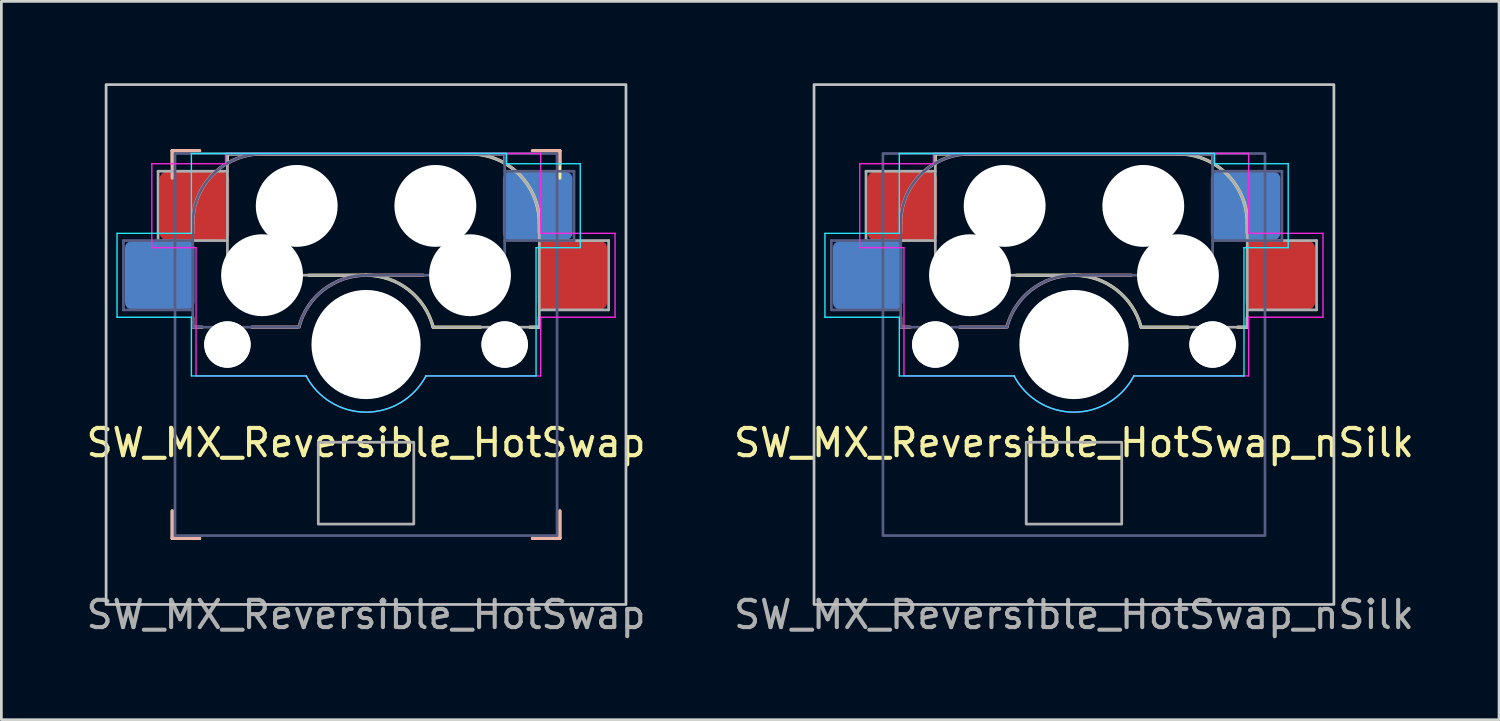
<source format=kicad_pcb>
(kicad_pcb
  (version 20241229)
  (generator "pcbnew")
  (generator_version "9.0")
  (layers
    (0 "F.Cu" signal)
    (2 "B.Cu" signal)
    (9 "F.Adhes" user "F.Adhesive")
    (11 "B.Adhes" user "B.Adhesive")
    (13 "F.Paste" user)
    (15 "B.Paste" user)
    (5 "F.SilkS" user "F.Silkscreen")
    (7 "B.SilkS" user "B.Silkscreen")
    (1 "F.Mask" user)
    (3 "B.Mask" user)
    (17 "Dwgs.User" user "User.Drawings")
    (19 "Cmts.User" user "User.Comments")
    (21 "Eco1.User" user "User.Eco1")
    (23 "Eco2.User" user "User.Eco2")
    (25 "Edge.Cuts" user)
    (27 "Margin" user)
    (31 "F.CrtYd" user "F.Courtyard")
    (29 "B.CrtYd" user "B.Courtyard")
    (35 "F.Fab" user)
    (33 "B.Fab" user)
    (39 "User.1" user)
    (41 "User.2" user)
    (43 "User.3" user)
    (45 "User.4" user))
  (footprint "SW_MX_Reversible_HotSwap_nSilk"
    (layer "F.Cu")
    (at 36.304 9.575)
    (property "Reference" "SW_MX_Reversible_HotSwap_nSilk" (at 0 3.6 180) (layer "F.SilkS") (effects (font (size 1 1) (thickness 0.15))))
    (attr smd)
    (fp_line (start -5.08 -6.985) (end -5.08 -6.63) (stroke (width 0.12) (type solid)) (layer "F.SilkS"))
    (fp_line (start -2.1 -2.54) (end 0.000001 -2.54) (stroke (width 0.12) (type solid)) (layer "F.SilkS"))
    (fp_line (start 2.464 -0.635) (end 4.191 -0.635) (stroke (width 0.12) (type solid)) (layer "F.SilkS"))
    (fp_line (start 3.81 -6.985) (end -5.08 -6.985) (stroke (width 0.12) (type solid)) (layer "F.SilkS"))
    (fp_line (start 6 -0.635) (end 6.35 -0.635) (stroke (width 0.12) (type solid)) (layer "F.SilkS"))
    (fp_line (start 6.35 -4.445) (end 6.35 -4.09) (stroke (width 0.12) (type solid)) (layer "F.SilkS"))
    (fp_line (start 6.35 -0.99) (end 6.35 -0.635) (stroke (width 0.12) (type solid)) (layer "F.SilkS"))
    (fp_arc (start 0.000001 -2.540002) (mid 1.555902 -2.00768) (end 2.459646 -0.633838) (stroke (width 0.12) (type default)) (layer "F.SilkS"))
    (fp_arc (start 3.810001 -6.985002) (mid 5.606052 -6.241053) (end 6.350001 -4.445002) (stroke (width 0.12) (type solid)) (layer "F.SilkS"))
    (fp_line (start -6.35 -4.445) (end -6.35 -4.09) (stroke (width 0.12) (type solid)) (layer "B.SilkS"))
    (fp_line (start -6.35 -0.99) (end -6.35 -0.635) (stroke (width 0.12) (type solid)) (layer "B.SilkS"))
    (fp_line (start -6 -0.635) (end -6.35 -0.635) (stroke (width 0.12) (type solid)) (layer "B.SilkS"))
    (fp_line (start -3.81 -6.985) (end 5.08 -6.985) (stroke (width 0.12) (type solid)) (layer "B.SilkS"))
    (fp_line (start -2.464 -0.635) (end -4.191 -0.635) (stroke (width 0.12) (type solid)) (layer "B.SilkS"))
    (fp_line (start 2.1 -2.54) (end -0.000001 -2.54) (stroke (width 0.12) (type solid)) (layer "B.SilkS"))
    (fp_line (start 5.08 -6.985) (end 5.08 -6.63) (stroke (width 0.12) (type solid)) (layer "B.SilkS"))
    (fp_arc (start -6.350001 -4.445002) (mid -5.606052 -6.241053) (end -3.810001 -6.985002) (stroke (width 0.12) (type solid)) (layer "B.SilkS"))
    (fp_arc (start -2.459646 -0.633838) (mid -1.555902 -2.00768) (end -0.000001 -2.540002) (stroke (width 0.12) (type default)) (layer "B.SilkS"))
    (fp_rect (start -9.525 -9.525) (end 9.525 9.525) (stroke (width 0.1) (type default)) (fill no) (layer "Dwgs.User"))
    (fp_line (start -9.125 -4.075) (end -6.4 -4.075) (stroke (width 0.05) (type default)) (layer "B.CrtYd"))
    (fp_line (start -9.125 -1) (end -9.125 -4.075) (stroke (width 0.05) (type default)) (layer "B.CrtYd"))
    (fp_line (start -6.4 -4.075) (end -6.4 -7) (stroke (width 0.05) (type default)) (layer "B.CrtYd"))
    (fp_line (start -6.4 -1) (end -9.125 -1) (stroke (width 0.05) (type default)) (layer "B.CrtYd"))
    (fp_line (start -6.4 1.15) (end -6.4 -1) (stroke (width 0.05) (type default)) (layer "B.CrtYd"))
    (fp_line (start -2.195 1.15) (end -6.4 1.15) (stroke (width 0.05) (type default)) (layer "B.CrtYd"))
    (fp_line (start 5.15 -7) (end -6.4 -7) (stroke (width 0.05) (type default)) (layer "B.CrtYd"))
    (fp_line (start 5.15 -6.625) (end 5.15 -7) (stroke (width 0.05) (type default)) (layer "B.CrtYd"))
    (fp_line (start 6.23 -3.55) (end 7.85 -3.55) (stroke (width 0.05) (type default)) (layer "B.CrtYd"))
    (fp_line (start 6.23 1.15) (end 2.195 1.15) (stroke (width 0.05) (type default)) (layer "B.CrtYd"))
    (fp_line (start 6.23 1.15) (end 6.23 -3.55) (stroke (width 0.05) (type default)) (layer "B.CrtYd"))
    (fp_line (start 7.85 -6.625) (end 5.15 -6.625) (stroke (width 0.05) (type default)) (layer "B.CrtYd"))
    (fp_line (start 7.85 -3.55) (end 7.85 -6.625) (stroke (width 0.05) (type default)) (layer "B.CrtYd"))
    (fp_arc (start 2.194999 1.150001) (mid -0.000001 2.478008) (end -2.195 1.149999) (stroke (width 0.05) (type default)) (layer "B.CrtYd"))
    (fp_line (start -7.85 -6.625) (end -5.15 -6.625) (stroke (width 0.05) (type default)) (layer "F.CrtYd"))
    (fp_line (start -7.85 -3.55) (end -7.85 -6.625) (stroke (width 0.05) (type default)) (layer "F.CrtYd"))
    (fp_line (start -6.23 -3.55) (end -7.85 -3.55) (stroke (width 0.05) (type default)) (layer "F.CrtYd"))
    (fp_line (start -6.23 1.15) (end -6.23 -3.55) (stroke (width 0.05) (type default)) (layer "F.CrtYd"))
    (fp_line (start -6.23 1.15) (end -2.195 1.15) (stroke (width 0.05) (type default)) (layer "F.CrtYd"))
    (fp_line (start -5.15 -7) (end 6.4 -7) (stroke (width 0.05) (type default)) (layer "F.CrtYd"))
    (fp_line (start -5.15 -6.625) (end -5.15 -7) (stroke (width 0.05) (type default)) (layer "F.CrtYd"))
    (fp_line (start 2.195 1.15) (end 6.4 1.15) (stroke (width 0.05) (type default)) (layer "F.CrtYd"))
    (fp_line (start 6.4 -4.075) (end 6.4 -7) (stroke (width 0.05) (type default)) (layer "F.CrtYd"))
    (fp_line (start 6.4 -1) (end 9.125 -1) (stroke (width 0.05) (type default)) (layer "F.CrtYd"))
    (fp_line (start 6.4 1.15) (end 6.4 -1) (stroke (width 0.05) (type default)) (layer "F.CrtYd"))
    (fp_line (start 9.125 -4.075) (end 6.4 -4.075) (stroke (width 0.05) (type default)) (layer "F.CrtYd"))
    (fp_line (start 9.125 -1) (end 9.125 -4.075) (stroke (width 0.05) (type default)) (layer "F.CrtYd"))
    (fp_arc (start 2.195 1.149999) (mid 0.000001 2.478008) (end -2.194999 1.150001) (stroke (width 0.05) (type default)) (layer "F.CrtYd"))
    (fp_line (start -8.89 -3.81) (end -6.35 -3.81) (stroke (width 0.1) (type solid)) (layer "B.Fab"))
    (fp_line (start -8.89 -1.27) (end -8.89 -3.81) (stroke (width 0.1) (type solid)) (layer "B.Fab"))
    (fp_line (start -6.35 -1.27) (end -8.89 -1.27) (stroke (width 0.1) (type solid)) (layer "B.Fab"))
    (fp_line (start -6.35 -0.635) (end -6.35 -4.445) (stroke (width 0.1) (type solid)) (layer "B.Fab"))
    (fp_line (start -6.35 -0.635) (end -2.54 -0.635) (stroke (width 0.1) (type solid)) (layer "B.Fab"))
    (fp_line (start -3.81 -6.985) (end 5.08 -6.985) (stroke (width 0.1) (type solid)) (layer "B.Fab"))
    (fp_line (start 5.08 -6.985) (end 5.08 -2.54) (stroke (width 0.1) (type solid)) (layer "B.Fab"))
    (fp_line (start 5.08 -6.35) (end 7.62 -6.35) (stroke (width 0.1) (type solid)) (layer "B.Fab"))
    (fp_line (start 5.08 -2.54) (end -0.000001 -2.54) (stroke (width 0.1) (type solid)) (layer "B.Fab"))
    (fp_line (start 7.62 -6.35) (end 7.62 -3.81) (stroke (width 0.1) (type solid)) (layer "B.Fab"))
    (fp_line (start 7.62 -3.81) (end 5.08 -3.81) (stroke (width 0.1) (type solid)) (layer "B.Fab"))
    (fp_rect (start -7 -7) (end 7 7) (stroke (width 0.1) (type default)) (fill no) (layer "B.Fab"))
    (fp_arc (start -6.350001 -4.445002) (mid -5.606052 -6.241053) (end -3.810001 -6.985002) (stroke (width 0.1) (type solid)) (layer "B.Fab"))
    (fp_arc (start -2.464163 -0.616042) (mid -1.563148 -2.002044) (end -0.000001 -2.540002) (stroke (width 0.1) (type solid)) (layer "B.Fab"))
    (fp_line (start -7.62 -6.35) (end -7.62 -3.81) (stroke (width 0.1) (type solid)) (layer "F.Fab"))
    (fp_line (start -7.62 -3.81) (end -5.08 -3.81) (stroke (width 0.1) (type solid)) (layer "F.Fab"))
    (fp_line (start -5.08 -6.985) (end -5.08 -2.54) (stroke (width 0.1) (type solid)) (layer "F.Fab"))
    (fp_line (start -5.08 -6.35) (end -7.62 -6.35) (stroke (width 0.1) (type solid)) (layer "F.Fab"))
    (fp_line (start -5.08 -2.54) (end 0 -2.54) (stroke (width 0.1) (type solid)) (layer "F.Fab"))
    (fp_line (start 3.81 -6.985) (end -5.08 -6.985) (stroke (width 0.1) (type solid)) (layer "F.Fab"))
    (fp_line (start 6.35 -1.27) (end 8.89 -1.27) (stroke (width 0.1) (type solid)) (layer "F.Fab"))
    (fp_line (start 6.35 -0.635) (end 2.54 -0.635) (stroke (width 0.1) (type solid)) (layer "F.Fab"))
    (fp_line (start 6.35 -0.635) (end 6.35 -4.445) (stroke (width 0.1) (type solid)) (layer "F.Fab"))
    (fp_line (start 8.89 -3.81) (end 6.35 -3.81) (stroke (width 0.1) (type solid)) (layer "F.Fab"))
    (fp_line (start 8.89 -1.27) (end 8.89 -3.81) (stroke (width 0.1) (type solid)) (layer "F.Fab"))
    (fp_rect (start -1.75 3.58) (end 1.75 6.58) (stroke (width 0.1) (type default)) (fill no) (layer "F.Fab"))
    (fp_arc (start 0 -2.54) (mid 1.563147 -2.002042) (end 2.464162 -0.61604) (stroke (width 0.1) (type solid)) (layer "F.Fab"))
    (fp_arc (start 3.81 -6.985) (mid 5.606051 -6.241051) (end 6.35 -4.445) (stroke (width 0.1) (type solid)) (layer "F.Fab"))
    (fp_text user "${REFERENCE}" (at 0 9.9 0) (layer "F.Fab") (effects (font (size 1 1) (thickness 0.15))))
    (pad "" np_thru_hole circle (at -5.08 -0.000002) (size 1.7 1.7) (drill 1.7) (layers "*.Cu" "*.Mask"))
    (pad "" np_thru_hole circle (at -5.08 0 180) (size 1.7 1.7) (drill 1.7) (layers "*.Cu" "*.Mask"))
    (pad "" np_thru_hole circle (at -3.81 -2.54 180) (size 3 3) (drill 3) (layers "*.Cu" "*.Mask"))
    (pad "" np_thru_hole circle (at -2.54 -5.08) (size 3 3) (drill 3) (layers "*.Cu" "*.Mask"))
    (pad "" np_thru_hole circle (at 0 0) (size 4 4) (drill 4) (layers "*.Cu" "*.Mask"))
    (pad "" np_thru_hole circle (at 2.54 -5.08 180) (size 3 3) (drill 3) (layers "*.Cu" "*.Mask"))
    (pad "" np_thru_hole circle (at 3.81 -2.54) (size 3 3) (drill 3) (layers "*.Cu" "*.Mask"))
    (pad "" np_thru_hole circle (at 5.08 -0.000002) (size 1.7 1.7) (drill 1.7) (layers "*.Cu" "*.Mask"))
    (pad "" np_thru_hole circle (at 5.08 0 180) (size 1.7 1.7) (drill 1.7) (layers "*.Cu" "*.Mask"))
    (pad "1" smd roundrect (at -7.56 -2.54 180) (size 2.55 2.5) (layers "B.Cu" "B.Mask" "B.Paste") (roundrect_rratio 0.1))
    (pad "1" smd roundrect (at 7.56 -2.54) (size 2.55 2.5) (layers "F.Cu" "F.Mask" "F.Paste") (roundrect_rratio 0.1))
    (pad "2" smd roundrect (at -6.29 -5.08) (size 2.55 2.5) (layers "F.Cu" "F.Mask" "F.Paste") (roundrect_rratio 0.1))
    (pad "2" smd roundrect (at 6.29 -5.08 180) (size 2.55 2.5) (layers "B.Cu" "B.Mask" "B.Paste") (roundrect_rratio 0.1)))
  (footprint "SW_MX_Reversible_HotSwap"
    (layer "F.Cu")
    (at 10.363 9.575)
    (property "Reference" "SW_MX_Reversible_HotSwap" (at 0 3.6 180) (layer "F.SilkS") (effects (font (size 1 1) (thickness 0.15))))
    (attr smd)
    (fp_line (start -7.1 -7.1) (end -7.1 -6.6) (stroke (width 0.12) (type solid)) (layer "F.SilkS"))
    (fp_line (start -7.1 6.1) (end -7.1 7.1) (stroke (width 0.12) (type solid)) (layer "F.SilkS"))
    (fp_line (start -7.1 7.1) (end -6.1 7.1) (stroke (width 0.12) (type solid)) (layer "F.SilkS"))
    (fp_line (start -6.1 -7.1) (end -7.1 -7.1) (stroke (width 0.12) (type solid)) (layer "F.SilkS"))
    (fp_line (start -5.08 -6.985) (end -5.08 -6.63) (stroke (width 0.12) (type solid)) (layer "F.SilkS"))
    (fp_line (start -2.1 -2.54) (end 0.000001 -2.54) (stroke (width 0.12) (type solid)) (layer "F.SilkS"))
    (fp_line (start 2.464 -0.635) (end 4.191 -0.635) (stroke (width 0.12) (type solid)) (layer "F.SilkS"))
    (fp_line (start 3.81 -6.985) (end -5.08 -6.985) (stroke (width 0.12) (type solid)) (layer "F.SilkS"))
    (fp_line (start 6 -0.635) (end 6.35 -0.635) (stroke (width 0.12) (type solid)) (layer "F.SilkS"))
    (fp_line (start 6.1 7.1) (end 7.1 7.1) (stroke (width 0.12) (type solid)) (layer "F.SilkS"))
    (fp_line (start 6.35 -4.445) (end 6.35 -4.09) (stroke (width 0.12) (type solid)) (layer "F.SilkS"))
    (fp_line (start 6.35 -0.99) (end 6.35 -0.635) (stroke (width 0.12) (type solid)) (layer "F.SilkS"))
    (fp_line (start 7.1 -7.1) (end 6.1 -7.1) (stroke (width 0.12) (type solid)) (layer "F.SilkS"))
    (fp_line (start 7.1 -7.1) (end 7.1 -6.1) (stroke (width 0.12) (type solid)) (layer "F.SilkS"))
    (fp_line (start 7.1 7.1) (end 7.1 6.1) (stroke (width 0.12) (type solid)) (layer "F.SilkS"))
    (fp_arc (start 0.000001 -2.540002) (mid 1.555902 -2.00768) (end 2.459646 -0.633838) (stroke (width 0.12) (type default)) (layer "F.SilkS"))
    (fp_arc (start 3.810001 -6.985002) (mid 5.606052 -6.241053) (end 6.350001 -4.445002) (stroke (width 0.12) (type solid)) (layer "F.SilkS"))
    (fp_line (start -7.1 -7.1) (end -7.1 -6.1) (stroke (width 0.12) (type solid)) (layer "B.SilkS"))
    (fp_line (start -7.1 -7.1) (end -6.1 -7.1) (stroke (width 0.12) (type solid)) (layer "B.SilkS"))
    (fp_line (start -7.1 7.1) (end -7.1 6.1) (stroke (width 0.12) (type solid)) (layer "B.SilkS"))
    (fp_line (start -6.35 -4.445) (end -6.35 -4.09) (stroke (width 0.12) (type solid)) (layer "B.SilkS"))
    (fp_line (start -6.35 -0.99) (end -6.35 -0.635) (stroke (width 0.12) (type solid)) (layer "B.SilkS"))
    (fp_line (start -6.1 7.1) (end -7.1 7.1) (stroke (width 0.12) (type solid)) (layer "B.SilkS"))
    (fp_line (start -6 -0.635) (end -6.35 -0.635) (stroke (width 0.12) (type solid)) (layer "B.SilkS"))
    (fp_line (start -3.81 -6.985) (end 5.08 -6.985) (stroke (width 0.12) (type solid)) (layer "B.SilkS"))
    (fp_line (start -2.464 -0.635) (end -4.191 -0.635) (stroke (width 0.12) (type solid)) (layer "B.SilkS"))
    (fp_line (start 2.1 -2.54) (end -0.000001 -2.54) (stroke (width 0.12) (type solid)) (layer "B.SilkS"))
    (fp_line (start 5.08 -6.985) (end 5.08 -6.63) (stroke (width 0.12) (type solid)) (layer "B.SilkS"))
    (fp_line (start 6.1 -7.1) (end 7.1 -7.1) (stroke (width 0.12) (type solid)) (layer "B.SilkS"))
    (fp_line (start 7.1 -7.1) (end 7.1 -6.6) (stroke (width 0.12) (type solid)) (layer "B.SilkS"))
    (fp_line (start 7.1 6.1) (end 7.1 7.1) (stroke (width 0.12) (type solid)) (layer "B.SilkS"))
    (fp_line (start 7.1 7.1) (end 6.1 7.1) (stroke (width 0.12) (type solid)) (layer "B.SilkS"))
    (fp_arc (start -6.350001 -4.445002) (mid -5.606052 -6.241053) (end -3.810001 -6.985002) (stroke (width 0.12) (type solid)) (layer "B.SilkS"))
    (fp_arc (start -2.459646 -0.633838) (mid -1.555902 -2.00768) (end -0.000001 -2.540002) (stroke (width 0.12) (type default)) (layer "B.SilkS"))
    (fp_rect (start -9.525 -9.525) (end 9.525 9.525) (stroke (width 0.1) (type default)) (fill no) (layer "Dwgs.User"))
    (fp_line (start -9.125 -4.075) (end -6.4 -4.075) (stroke (width 0.05) (type default)) (layer "B.CrtYd"))
    (fp_line (start -9.125 -1) (end -9.125 -4.075) (stroke (width 0.05) (type default)) (layer "B.CrtYd"))
    (fp_line (start -6.4 -4.075) (end -6.4 -7) (stroke (width 0.05) (type default)) (layer "B.CrtYd"))
    (fp_line (start -6.4 -1) (end -9.125 -1) (stroke (width 0.05) (type default)) (layer "B.CrtYd"))
    (fp_line (start -6.4 1.15) (end -6.4 -1) (stroke (width 0.05) (type default)) (layer "B.CrtYd"))
    (fp_line (start -2.195 1.15) (end -6.4 1.15) (stroke (width 0.05) (type default)) (layer "B.CrtYd"))
    (fp_line (start 5.15 -7) (end -6.4 -7) (stroke (width 0.05) (type default)) (layer "B.CrtYd"))
    (fp_line (start 5.15 -6.625) (end 5.15 -7) (stroke (width 0.05) (type default)) (layer "B.CrtYd"))
    (fp_line (start 6.23 -3.55) (end 7.85 -3.55) (stroke (width 0.05) (type default)) (layer "B.CrtYd"))
    (fp_line (start 6.23 1.15) (end 2.195 1.15) (stroke (width 0.05) (type default)) (layer "B.CrtYd"))
    (fp_line (start 6.23 1.15) (end 6.23 -3.55) (stroke (width 0.05) (type default)) (layer "B.CrtYd"))
    (fp_line (start 7.85 -6.625) (end 5.15 -6.625) (stroke (width 0.05) (type default)) (layer "B.CrtYd"))
    (fp_line (start 7.85 -3.55) (end 7.85 -6.625) (stroke (width 0.05) (type default)) (layer "B.CrtYd"))
    (fp_arc (start 2.194999 1.150001) (mid -0.000001 2.478008) (end -2.195 1.149999) (stroke (width 0.05) (type default)) (layer "B.CrtYd"))
    (fp_line (start -7.85 -6.625) (end -5.15 -6.625) (stroke (width 0.05) (type default)) (layer "F.CrtYd"))
    (fp_line (start -7.85 -3.55) (end -7.85 -6.625) (stroke (width 0.05) (type default)) (layer "F.CrtYd"))
    (fp_line (start -6.23 -3.55) (end -7.85 -3.55) (stroke (width 0.05) (type default)) (layer "F.CrtYd"))
    (fp_line (start -6.23 1.15) (end -6.23 -3.55) (stroke (width 0.05) (type default)) (layer "F.CrtYd"))
    (fp_line (start -6.23 1.15) (end -2.195 1.15) (stroke (width 0.05) (type default)) (layer "F.CrtYd"))
    (fp_line (start -5.15 -7) (end 6.4 -7) (stroke (width 0.05) (type default)) (layer "F.CrtYd"))
    (fp_line (start -5.15 -6.625) (end -5.15 -7) (stroke (width 0.05) (type default)) (layer "F.CrtYd"))
    (fp_line (start 2.195 1.15) (end 6.4 1.15) (stroke (width 0.05) (type default)) (layer "F.CrtYd"))
    (fp_line (start 6.4 -4.075) (end 6.4 -7) (stroke (width 0.05) (type default)) (layer "F.CrtYd"))
    (fp_line (start 6.4 -1) (end 9.125 -1) (stroke (width 0.05) (type default)) (layer "F.CrtYd"))
    (fp_line (start 6.4 1.15) (end 6.4 -1) (stroke (width 0.05) (type default)) (layer "F.CrtYd"))
    (fp_line (start 9.125 -4.075) (end 6.4 -4.075) (stroke (width 0.05) (type default)) (layer "F.CrtYd"))
    (fp_line (start 9.125 -1) (end 9.125 -4.075) (stroke (width 0.05) (type default)) (layer "F.CrtYd"))
    (fp_arc (start 2.195 1.149999) (mid 0.000001 2.478008) (end -2.194999 1.150001) (stroke (width 0.05) (type default)) (layer "F.CrtYd"))
    (fp_line (start -8.89 -3.81) (end -6.35 -3.81) (stroke (width 0.1) (type solid)) (layer "B.Fab"))
    (fp_line (start -8.89 -1.27) (end -8.89 -3.81) (stroke (width 0.1) (type solid)) (layer "B.Fab"))
    (fp_line (start -6.35 -1.27) (end -8.89 -1.27) (stroke (width 0.1) (type solid)) (layer "B.Fab"))
    (fp_line (start -6.35 -0.635) (end -6.35 -4.445) (stroke (width 0.1) (type solid)) (layer "B.Fab"))
    (fp_line (start -6.35 -0.635) (end -2.54 -0.635) (stroke (width 0.1) (type solid)) (layer "B.Fab"))
    (fp_line (start -3.81 -6.985) (end 5.08 -6.985) (stroke (width 0.1) (type solid)) (layer "B.Fab"))
    (fp_line (start 5.08 -6.985) (end 5.08 -2.54) (stroke (width 0.1) (type solid)) (layer "B.Fab"))
    (fp_line (start 5.08 -6.35) (end 7.62 -6.35) (stroke (width 0.1) (type solid)) (layer "B.Fab"))
    (fp_line (start 5.08 -2.54) (end -0.000001 -2.54) (stroke (width 0.1) (type solid)) (layer "B.Fab"))
    (fp_line (start 7.62 -6.35) (end 7.62 -3.81) (stroke (width 0.1) (type solid)) (layer "B.Fab"))
    (fp_line (start 7.62 -3.81) (end 5.08 -3.81) (stroke (width 0.1) (type solid)) (layer "B.Fab"))
    (fp_rect (start -7 -7) (end 7 7) (stroke (width 0.1) (type default)) (fill no) (layer "B.Fab"))
    (fp_arc (start -6.350001 -4.445002) (mid -5.606052 -6.241053) (end -3.810001 -6.985002) (stroke (width 0.1) (type solid)) (layer "B.Fab"))
    (fp_arc (start -2.464163 -0.616042) (mid -1.563148 -2.002044) (end -0.000001 -2.540002) (stroke (width 0.1) (type solid)) (layer "B.Fab"))
    (fp_line (start -7.62 -6.35) (end -7.62 -3.81) (stroke (width 0.1) (type solid)) (layer "F.Fab"))
    (fp_line (start -7.62 -3.81) (end -5.08 -3.81) (stroke (width 0.1) (type solid)) (layer "F.Fab"))
    (fp_line (start -5.08 -6.985) (end -5.08 -2.54) (stroke (width 0.1) (type solid)) (layer "F.Fab"))
    (fp_line (start -5.08 -6.35) (end -7.62 -6.35) (stroke (width 0.1) (type solid)) (layer "F.Fab"))
    (fp_line (start -5.08 -2.54) (end 0 -2.54) (stroke (width 0.1) (type solid)) (layer "F.Fab"))
    (fp_line (start 3.81 -6.985) (end -5.08 -6.985) (stroke (width 0.1) (type solid)) (layer "F.Fab"))
    (fp_line (start 6.35 -1.27) (end 8.89 -1.27) (stroke (width 0.1) (type solid)) (layer "F.Fab"))
    (fp_line (start 6.35 -0.635) (end 2.54 -0.635) (stroke (width 0.1) (type solid)) (layer "F.Fab"))
    (fp_line (start 6.35 -0.635) (end 6.35 -4.445) (stroke (width 0.1) (type solid)) (layer "F.Fab"))
    (fp_line (start 8.89 -3.81) (end 6.35 -3.81) (stroke (width 0.1) (type solid)) (layer "F.Fab"))
    (fp_line (start 8.89 -1.27) (end 8.89 -3.81) (stroke (width 0.1) (type solid)) (layer "F.Fab"))
    (fp_rect (start -1.75 3.58) (end 1.75 6.58) (stroke (width 0.1) (type default)) (fill no) (layer "F.Fab"))
    (fp_arc (start 0 -2.54) (mid 1.563147 -2.002042) (end 2.464162 -0.61604) (stroke (width 0.1) (type solid)) (layer "F.Fab"))
    (fp_arc (start 3.81 -6.985) (mid 5.606051 -6.241051) (end 6.35 -4.445) (stroke (width 0.1) (type solid)) (layer "F.Fab"))
    (fp_text user "${REFERENCE}" (at 0 9.9 0) (layer "F.Fab") (effects (font (size 1 1) (thickness 0.15))))
    (pad "" np_thru_hole circle (at -5.08 -0.000002) (size 1.7 1.7) (drill 1.7) (layers "*.Cu" "*.Mask"))
    (pad "" np_thru_hole circle (at -5.08 0 180) (size 1.7 1.7) (drill 1.7) (layers "*.Cu" "*.Mask"))
    (pad "" np_thru_hole circle (at -3.81 -2.54 180) (size 3 3) (drill 3) (layers "*.Cu" "*.Mask"))
    (pad "" np_thru_hole circle (at -2.54 -5.08) (size 3 3) (drill 3) (layers "*.Cu" "*.Mask"))
    (pad "" np_thru_hole circle (at 0 0) (size 4 4) (drill 4) (layers "*.Cu" "*.Mask"))
    (pad "" np_thru_hole circle (at 2.54 -5.08 180) (size 3 3) (drill 3) (layers "*.Cu" "*.Mask"))
    (pad "" np_thru_hole circle (at 3.81 -2.54) (size 3 3) (drill 3) (layers "*.Cu" "*.Mask"))
    (pad "" np_thru_hole circle (at 5.08 -0.000002) (size 1.7 1.7) (drill 1.7) (layers "*.Cu" "*.Mask"))
    (pad "" np_thru_hole circle (at 5.08 0 180) (size 1.7 1.7) (drill 1.7) (layers "*.Cu" "*.Mask"))
    (pad "1" smd roundrect (at -7.56 -2.54 180) (size 2.55 2.5) (layers "B.Cu" "B.Mask" "B.Paste") (roundrect_rratio 0.1))
    (pad "1" smd roundrect (at 7.56 -2.54) (size 2.55 2.5) (layers "F.Cu" "F.Mask" "F.Paste") (roundrect_rratio 0.1))
    (pad "2" smd roundrect (at -6.29 -5.08) (size 2.55 2.5) (layers "F.Cu" "F.Mask" "F.Paste") (roundrect_rratio 0.1))
    (pad "2" smd roundrect (at 6.29 -5.08 180) (size 2.55 2.5) (layers "B.Cu" "B.Mask" "B.Paste") (roundrect_rratio 0.1)))
  (gr_rect
    (start -3 -3)
    (end 51.881 23.323)
    (stroke (width 0.1) (type default))
    (fill no)
    (layer "Edge.Cuts")))
</source>
